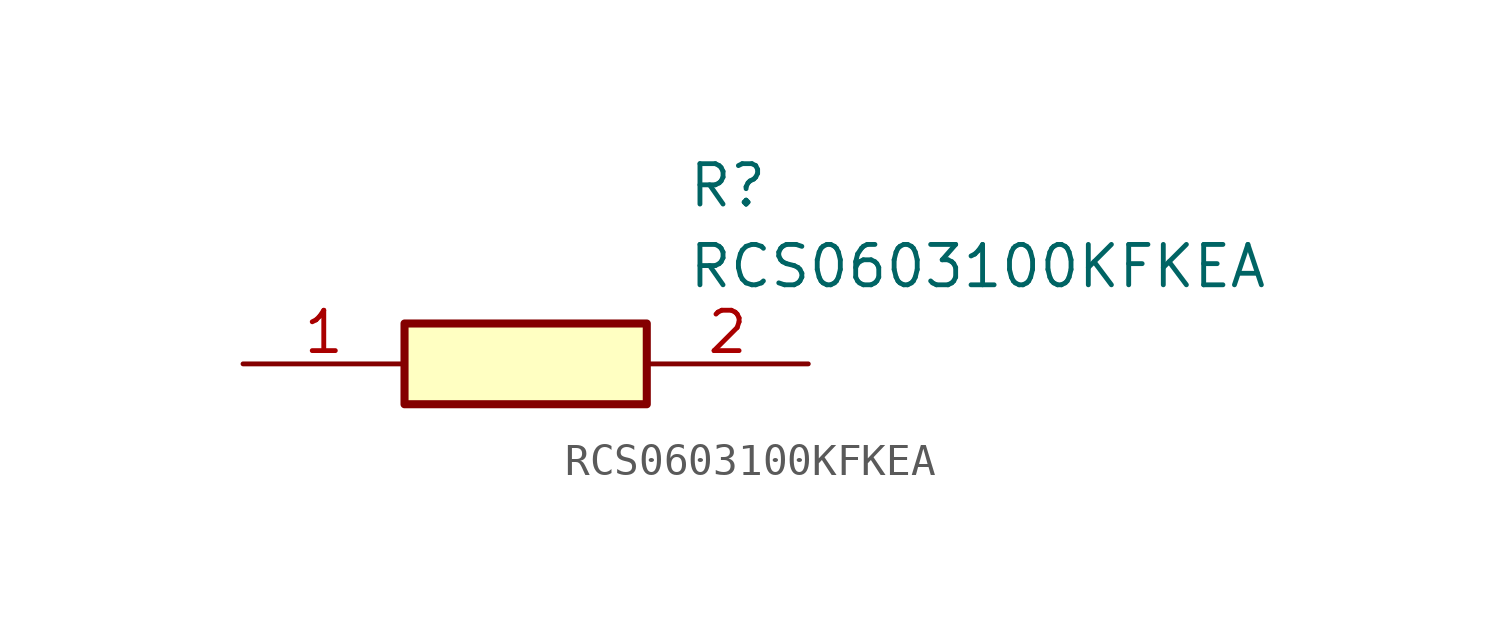
<source format=kicad_sym>
(kicad_symbol_lib
  (version 20211014)
  (generator SamacSys_ECAD_Model)
  (symbol "RCS0603100KFKEA"
    (pin_names hide)
    (property "Reference" "R"
      (at 13.97 6.35 0)
      (effects (font (size 1.27 1.27)) (justify left top)))
    (property "Value" "RCS0603100KFKEA"
      (at 13.97 3.81 0)
      (effects (font (size 1.27 1.27)) (justify left top)))
    (rectangle
      (start 5.08 1.27)
      (end 12.7 -1.27)
      (stroke (width 0.254) (type default))
      (fill (type background)))
    (pin passive line
      (at 0 0 0)
      (length 5.08)
      (name "1" (effects (font (size 1.27 1.27))))
      (number "1" (effects (font (size 1.27 1.27)))))
    (pin passive line
      (at 17.78 0 180)
      (length 5.08)
      (name "2" (effects (font (size 1.27 1.27))))
      (number "2" (effects (font (size 1.27 1.27)))))))
</source>
